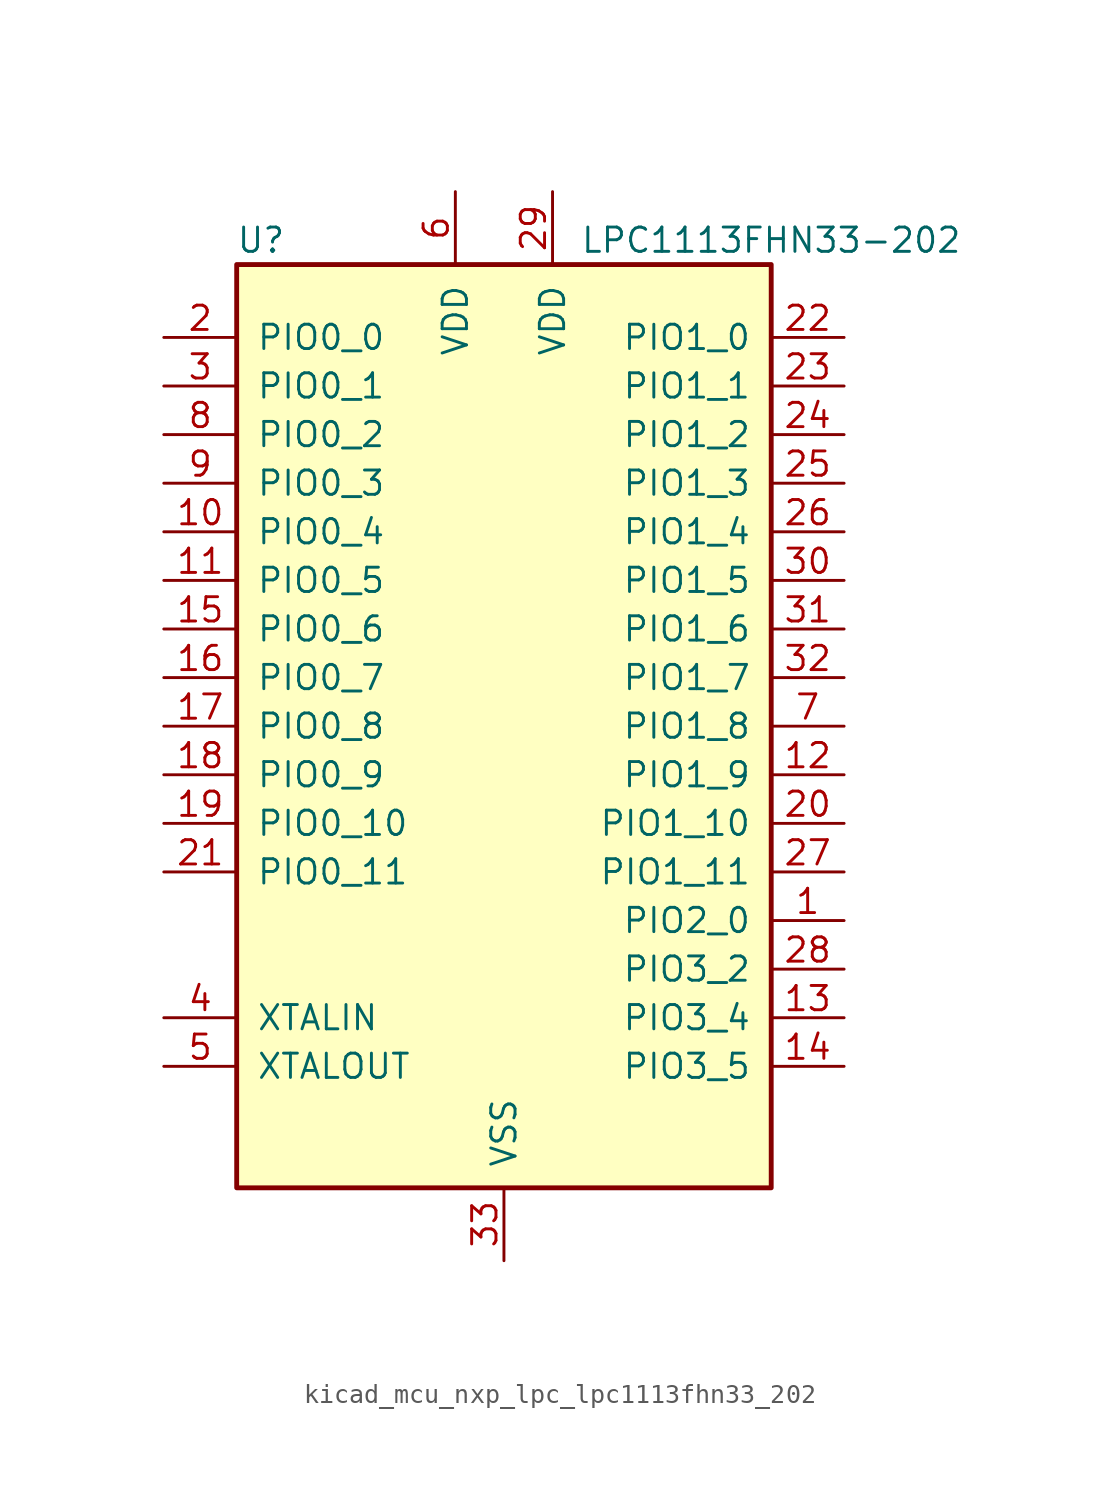
<source format=kicad_sym>
(kicad_symbol_lib
  (version 20220914)
  (generator kicad_symbol_editor)
  (symbol "kicad_mcu_nxp_lpc_lpc1113fhn33_202"
    (pin_names
      (offset 1.016))
    (property "Reference" "U"
      (at -12.7 25.4 0)
      (effects (font (size 1.27 1.27))))
    (property "Value" "LPC1113FHN33-202"
      (at 13.97 25.4 0)
      (effects (font (size 1.27 1.27))))
    (symbol "kicad_mcu_nxp_lpc_lpc1113fhn33_202_0_1"
      (rectangle (start -13.97 24.13) (end 13.97 -24.13) (stroke (width 0.254) (type default)) (fill (type background))))
    (symbol "kicad_mcu_nxp_lpc_lpc1113fhn33_202_1_1"
      (pin bidirectional line (at 17.78 -10.16 180) (length 3.81) (name "PIO2_0" (effects (font (size 1.27 1.27)))) (number "1" (effects (font (size 1.27 1.27)))))
      (pin bidirectional line (at -17.78 10.16 0) (length 3.81) (name "PIO0_4" (effects (font (size 1.27 1.27)))) (number "10" (effects (font (size 1.27 1.27)))))
      (pin bidirectional line (at -17.78 7.62 0) (length 3.81) (name "PIO0_5" (effects (font (size 1.27 1.27)))) (number "11" (effects (font (size 1.27 1.27)))))
      (pin bidirectional line (at 17.78 -2.54 180) (length 3.81) (name "PIO1_9" (effects (font (size 1.27 1.27)))) (number "12" (effects (font (size 1.27 1.27)))))
      (pin bidirectional line (at 17.78 -15.24 180) (length 3.81) (name "PIO3_4" (effects (font (size 1.27 1.27)))) (number "13" (effects (font (size 1.27 1.27)))))
      (pin bidirectional line (at 17.78 -17.78 180) (length 3.81) (name "PIO3_5" (effects (font (size 1.27 1.27)))) (number "14" (effects (font (size 1.27 1.27)))))
      (pin bidirectional line (at -17.78 5.08 0) (length 3.81) (name "PIO0_6" (effects (font (size 1.27 1.27)))) (number "15" (effects (font (size 1.27 1.27)))))
      (pin bidirectional line (at -17.78 2.54 0) (length 3.81) (name "PIO0_7" (effects (font (size 1.27 1.27)))) (number "16" (effects (font (size 1.27 1.27)))))
      (pin bidirectional line (at -17.78 0 0) (length 3.81) (name "PIO0_8" (effects (font (size 1.27 1.27)))) (number "17" (effects (font (size 1.27 1.27)))))
      (pin bidirectional line (at -17.78 -2.54 0) (length 3.81) (name "PIO0_9" (effects (font (size 1.27 1.27)))) (number "18" (effects (font (size 1.27 1.27)))))
      (pin bidirectional line (at -17.78 -5.08 0) (length 3.81) (name "PIO0_10" (effects (font (size 1.27 1.27)))) (number "19" (effects (font (size 1.27 1.27)))))
      (pin bidirectional line (at -17.78 20.32 0) (length 3.81) (name "PIO0_0" (effects (font (size 1.27 1.27)))) (number "2" (effects (font (size 1.27 1.27)))))
      (pin bidirectional line (at 17.78 -5.08 180) (length 3.81) (name "PIO1_10" (effects (font (size 1.27 1.27)))) (number "20" (effects (font (size 1.27 1.27)))))
      (pin bidirectional line (at -17.78 -7.62 0) (length 3.81) (name "PIO0_11" (effects (font (size 1.27 1.27)))) (number "21" (effects (font (size 1.27 1.27)))))
      (pin bidirectional line (at 17.78 20.32 180) (length 3.81) (name "PIO1_0" (effects (font (size 1.27 1.27)))) (number "22" (effects (font (size 1.27 1.27)))))
      (pin bidirectional line (at 17.78 17.78 180) (length 3.81) (name "PIO1_1" (effects (font (size 1.27 1.27)))) (number "23" (effects (font (size 1.27 1.27)))))
      (pin bidirectional line (at 17.78 15.24 180) (length 3.81) (name "PIO1_2" (effects (font (size 1.27 1.27)))) (number "24" (effects (font (size 1.27 1.27)))))
      (pin bidirectional line (at 17.78 12.7 180) (length 3.81) (name "PIO1_3" (effects (font (size 1.27 1.27)))) (number "25" (effects (font (size 1.27 1.27)))))
      (pin bidirectional line (at 17.78 10.16 180) (length 3.81) (name "PIO1_4" (effects (font (size 1.27 1.27)))) (number "26" (effects (font (size 1.27 1.27)))))
      (pin bidirectional line (at 17.78 -7.62 180) (length 3.81) (name "PIO1_11" (effects (font (size 1.27 1.27)))) (number "27" (effects (font (size 1.27 1.27)))))
      (pin bidirectional line (at 17.78 -12.7 180) (length 3.81) (name "PIO3_2" (effects (font (size 1.27 1.27)))) (number "28" (effects (font (size 1.27 1.27)))))
      (pin power_in line (at 2.54 27.94 270) (length 3.81) (name "VDD" (effects (font (size 1.27 1.27)))) (number "29" (effects (font (size 1.27 1.27)))))
      (pin bidirectional line (at -17.78 17.78 0) (length 3.81) (name "PIO0_1" (effects (font (size 1.27 1.27)))) (number "3" (effects (font (size 1.27 1.27)))))
      (pin bidirectional line (at 17.78 7.62 180) (length 3.81) (name "PIO1_5" (effects (font (size 1.27 1.27)))) (number "30" (effects (font (size 1.27 1.27)))))
      (pin bidirectional line (at 17.78 5.08 180) (length 3.81) (name "PIO1_6" (effects (font (size 1.27 1.27)))) (number "31" (effects (font (size 1.27 1.27)))))
      (pin bidirectional line (at 17.78 2.54 180) (length 3.81) (name "PIO1_7" (effects (font (size 1.27 1.27)))) (number "32" (effects (font (size 1.27 1.27)))))
      (pin power_in line (at 0 -27.94 90) (length 3.81) (name "VSS" (effects (font (size 1.27 1.27)))) (number "33" (effects (font (size 1.27 1.27)))))
      (pin input line (at -17.78 -15.24 0) (length 3.81) (name "XTALIN" (effects (font (size 1.27 1.27)))) (number "4" (effects (font (size 1.27 1.27)))))
      (pin output line (at -17.78 -17.78 0) (length 3.81) (name "XTALOUT" (effects (font (size 1.27 1.27)))) (number "5" (effects (font (size 1.27 1.27)))))
      (pin power_in line (at -2.54 27.94 270) (length 3.81) (name "VDD" (effects (font (size 1.27 1.27)))) (number "6" (effects (font (size 1.27 1.27)))))
      (pin bidirectional line (at 17.78 0 180) (length 3.81) (name "PIO1_8" (effects (font (size 1.27 1.27)))) (number "7" (effects (font (size 1.27 1.27)))))
      (pin bidirectional line (at -17.78 15.24 0) (length 3.81) (name "PIO0_2" (effects (font (size 1.27 1.27)))) (number "8" (effects (font (size 1.27 1.27)))))
      (pin bidirectional line (at -17.78 12.7 0) (length 3.81) (name "PIO0_3" (effects (font (size 1.27 1.27)))) (number "9" (effects (font (size 1.27 1.27))))))))
</source>
